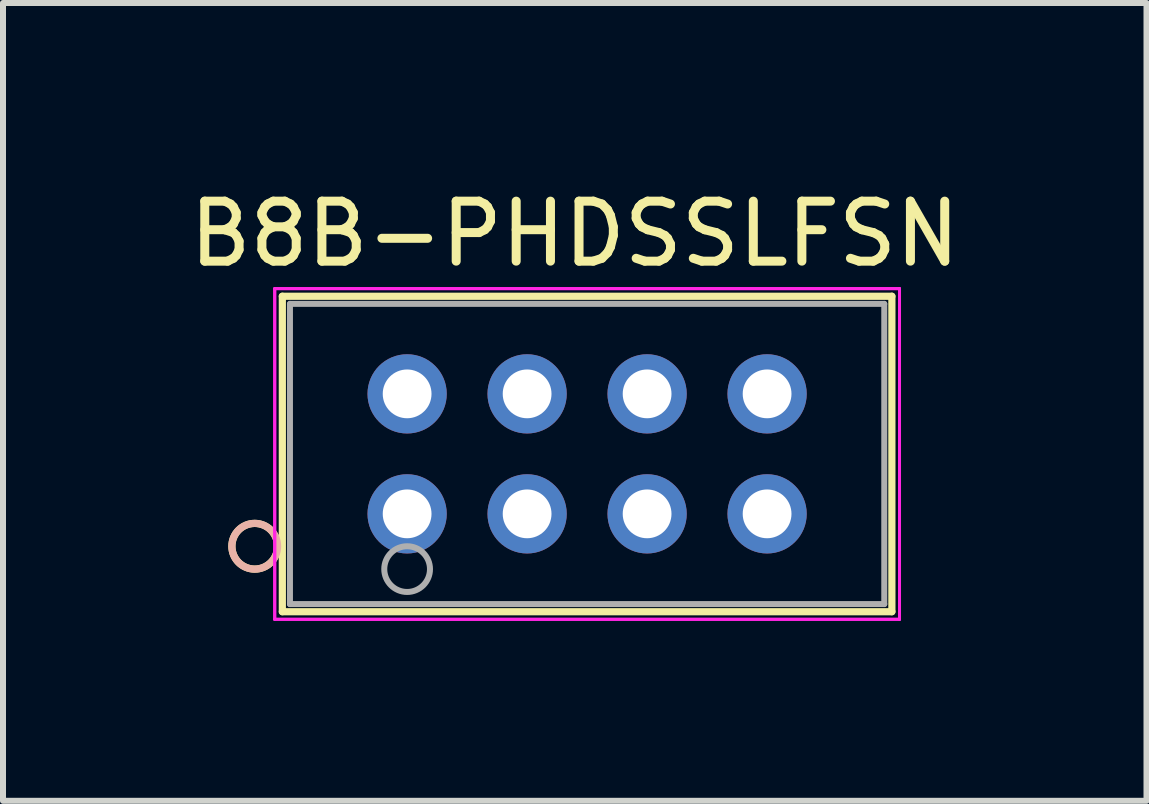
<source format=kicad_pcb>
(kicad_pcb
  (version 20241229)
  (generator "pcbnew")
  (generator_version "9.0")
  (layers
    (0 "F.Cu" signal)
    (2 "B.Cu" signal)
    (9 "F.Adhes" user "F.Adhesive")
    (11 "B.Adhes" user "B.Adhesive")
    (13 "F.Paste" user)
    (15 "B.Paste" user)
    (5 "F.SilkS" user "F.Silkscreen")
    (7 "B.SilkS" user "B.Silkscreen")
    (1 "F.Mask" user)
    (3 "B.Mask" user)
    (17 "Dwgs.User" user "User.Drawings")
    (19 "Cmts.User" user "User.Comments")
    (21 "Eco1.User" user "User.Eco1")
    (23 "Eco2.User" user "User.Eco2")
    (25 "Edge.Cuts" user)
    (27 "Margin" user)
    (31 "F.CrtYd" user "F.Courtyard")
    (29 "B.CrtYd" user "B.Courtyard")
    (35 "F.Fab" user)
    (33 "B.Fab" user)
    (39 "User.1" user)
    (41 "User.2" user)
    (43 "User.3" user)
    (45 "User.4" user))
  (footprint "B8B-PHDSSLFSN"
    (layer "F.Cu")
    (at 3.736 3.515)
    (property "Reference" "B8B-PHDSSLFSN" (at 2.794 -2.667 0) (layer "F.SilkS") (effects (font (size 1 1) (thickness 0.15))))
    (attr through_hole)
    (fp_line (start -2.08 -1.627) (end -2.08 3.631) (stroke (width 0.12) (type solid)) (layer "F.SilkS"))
    (fp_line (start -2.08 3.631) (end 8.08 3.631) (stroke (width 0.12) (type solid)) (layer "F.SilkS"))
    (fp_line (start 8.08 -1.627) (end -2.08 -1.627) (stroke (width 0.12) (type solid)) (layer "F.SilkS"))
    (fp_line (start 8.08 3.631) (end 8.08 -1.627) (stroke (width 0.12) (type solid)) (layer "F.SilkS"))
    (fp_circle (center -2.54 2.54) (end -2.159 2.54) (stroke (width 0.12) (type solid)) (fill no) (layer "F.SilkS"))
    (fp_circle (center -2.54 2.54) (end -2.159 2.54) (stroke (width 0.12) (type solid)) (fill no) (layer "B.SilkS"))
    (fp_line (start -2.207 -1.754) (end -2.207 3.758) (stroke (width 0.05) (type solid)) (layer "F.CrtYd"))
    (fp_line (start -2.207 -1.754) (end -2.207 3.758) (stroke (width 0.05) (type solid)) (layer "F.CrtYd"))
    (fp_line (start -2.207 3.758) (end 8.207 3.758) (stroke (width 0.05) (type solid)) (layer "F.CrtYd"))
    (fp_line (start -2.207 3.758) (end 8.207 3.758) (stroke (width 0.05) (type solid)) (layer "F.CrtYd"))
    (fp_line (start 8.207 -1.754) (end -2.207 -1.754) (stroke (width 0.05) (type solid)) (layer "F.CrtYd"))
    (fp_line (start 8.207 -1.754) (end -2.207 -1.754) (stroke (width 0.05) (type solid)) (layer "F.CrtYd"))
    (fp_line (start 8.207 3.758) (end 8.207 -1.754) (stroke (width 0.05) (type solid)) (layer "F.CrtYd"))
    (fp_line (start 8.207 3.758) (end 8.207 -1.754) (stroke (width 0.05) (type solid)) (layer "F.CrtYd"))
    (fp_line (start -1.953 -1.5) (end -1.953 3.504) (stroke (width 0.1) (type solid)) (layer "F.Fab"))
    (fp_line (start -1.953 3.504) (end 7.953 3.504) (stroke (width 0.1) (type solid)) (layer "F.Fab"))
    (fp_line (start 7.953 -1.5) (end -1.953 -1.5) (stroke (width 0.1) (type solid)) (layer "F.Fab"))
    (fp_line (start 7.953 3.504) (end 7.953 -1.5) (stroke (width 0.1) (type solid)) (layer "F.Fab"))
    (fp_circle (center 0 2.921) (end 0.381 2.921) (stroke (width 0.1) (type solid)) (fill no) (layer "F.Fab"))
    (pad "1" thru_hole circle (at 0 2) (size 1.321 1.321) (drill 0.813) (layers "*.Cu" "*.Mask"))
    (pad "2" thru_hole circle (at 2 2) (size 1.321 1.321) (drill 0.813) (layers "*.Cu" "*.Mask"))
    (pad "3" thru_hole circle (at 4 2) (size 1.321 1.321) (drill 0.813) (layers "*.Cu" "*.Mask"))
    (pad "4" thru_hole circle (at 6 2) (size 1.321 1.321) (drill 0.813) (layers "*.Cu" "*.Mask"))
    (pad "5" thru_hole circle (at 6 -0.000001) (size 1.321 1.321) (drill 0.813) (layers "*.Cu" "*.Mask"))
    (pad "6" thru_hole circle (at 4 -0.000001) (size 1.321 1.321) (drill 0.813) (layers "*.Cu" "*.Mask"))
    (pad "7" thru_hole circle (at 2 -0.000001) (size 1.321 1.321) (drill 0.813) (layers "*.Cu" "*.Mask"))
    (pad "8" thru_hole circle (at 0 -0.000001) (size 1.321 1.321) (drill 0.813) (layers "*.Cu" "*.Mask")))
  (gr_rect
    (start -3 -3)
    (end 16.06 10.298)
    (stroke (width 0.1) (type default))
    (fill no)
    (layer "Edge.Cuts")))
</source>
